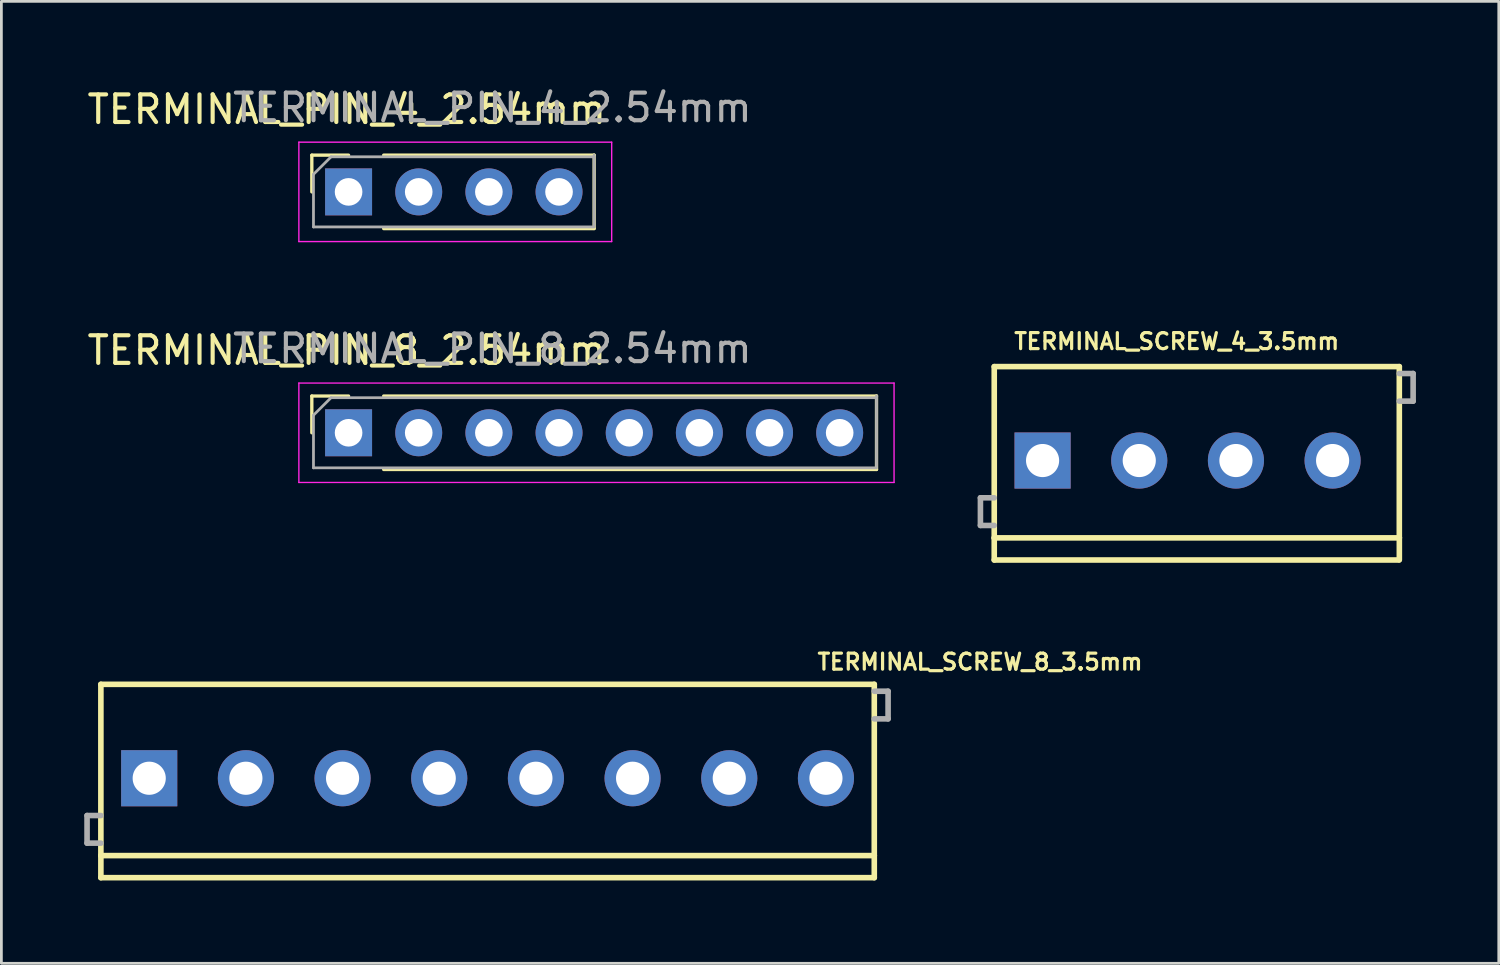
<source format=kicad_pcb>
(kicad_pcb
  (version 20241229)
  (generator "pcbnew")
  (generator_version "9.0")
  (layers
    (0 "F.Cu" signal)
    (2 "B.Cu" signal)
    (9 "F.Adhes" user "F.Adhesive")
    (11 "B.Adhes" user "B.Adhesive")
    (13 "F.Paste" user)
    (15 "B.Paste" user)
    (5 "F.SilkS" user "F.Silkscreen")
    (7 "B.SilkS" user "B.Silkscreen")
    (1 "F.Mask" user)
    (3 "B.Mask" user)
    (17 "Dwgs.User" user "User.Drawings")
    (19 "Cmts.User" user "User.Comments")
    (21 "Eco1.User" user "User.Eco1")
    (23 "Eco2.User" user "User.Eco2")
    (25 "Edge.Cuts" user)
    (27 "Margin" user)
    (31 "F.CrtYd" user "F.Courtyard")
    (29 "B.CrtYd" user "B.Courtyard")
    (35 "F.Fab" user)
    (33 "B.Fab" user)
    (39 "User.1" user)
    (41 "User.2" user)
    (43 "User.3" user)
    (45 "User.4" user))
  (footprint "TERMINAL_SCREW_8_3.5mm"
    (layer "F.Cu")
    (at 2.352 25.125)
    (property "Reference" "TERMINAL_SCREW_8_3.5mm" (at 24.13 -3.873 180) (layer "F.SilkS") (effects (font (size 0.579 0.579) (thickness 0.116)) (justify left bottom)))
    (attr through_hole)
    (fp_line (start -1.75 -3.4) (end 26.25 -3.4) (stroke (width 0.203) (type solid)) (layer "F.SilkS"))
    (fp_line (start -1.75 2.8) (end -1.75 -3.4) (stroke (width 0.203) (type solid)) (layer "F.SilkS"))
    (fp_line (start -1.75 3.6) (end -1.75 2.8) (stroke (width 0.203) (type solid)) (layer "F.SilkS"))
    (fp_line (start 26.25 -3.4) (end 26.25 2.8) (stroke (width 0.203) (type solid)) (layer "F.SilkS"))
    (fp_line (start 26.25 2.8) (end -1.75 2.8) (stroke (width 0.203) (type solid)) (layer "F.SilkS"))
    (fp_line (start 26.25 2.8) (end 26.25 3.6) (stroke (width 0.203) (type solid)) (layer "F.SilkS"))
    (fp_line (start 26.25 3.6) (end -1.75 3.6) (stroke (width 0.203) (type solid)) (layer "F.SilkS"))
    (fp_line (start -2.25 1.35) (end -2.25 2.35) (stroke (width 0.203) (type solid)) (layer "F.Fab"))
    (fp_line (start -2.25 2.35) (end -1.75 2.35) (stroke (width 0.203) (type solid)) (layer "F.Fab"))
    (fp_line (start -1.75 1.35) (end -2.25 1.35) (stroke (width 0.203) (type solid)) (layer "F.Fab"))
    (fp_line (start 26.25 -3.15) (end 26.75 -3.15) (stroke (width 0.203) (type solid)) (layer "F.Fab"))
    (fp_line (start 26.75 -3.15) (end 26.75 -2.15) (stroke (width 0.203) (type solid)) (layer "F.Fab"))
    (fp_line (start 26.75 -2.15) (end 26.25 -2.15) (stroke (width 0.203) (type solid)) (layer "F.Fab"))
    (fp_circle (center 0 0) (end 0.425 0) (stroke (width 0.001) (type solid)) (fill no) (layer "F.Fab"))
    (fp_circle (center 3.5 0) (end 3.925 0) (stroke (width 0.001) (type solid)) (fill no) (layer "F.Fab"))
    (fp_circle (center 7 0) (end 7.425 0) (stroke (width 0.001) (type solid)) (fill no) (layer "F.Fab"))
    (fp_circle (center 10.5 0) (end 10.925 0) (stroke (width 0.001) (type solid)) (fill no) (layer "F.Fab"))
    (fp_circle (center 14 0) (end 14.425 0) (stroke (width 0.001) (type solid)) (fill no) (layer "F.Fab"))
    (fp_circle (center 17.5 0) (end 17.925 0) (stroke (width 0.001) (type solid)) (fill no) (layer "F.Fab"))
    (fp_circle (center 21 0) (end 21.425 0) (stroke (width 0.001) (type solid)) (fill no) (layer "F.Fab"))
    (fp_circle (center 24.5 0) (end 24.925 0) (stroke (width 0.001) (type solid)) (fill no) (layer "F.Fab"))
    (pad "1" thru_hole rect (at 0 0) (size 2.032 2.032) (drill 1.2) (layers "*.Cu" "*.Mask"))
    (pad "2" thru_hole circle (at 3.5 0) (size 2.032 2.032) (drill 1.2) (layers "*.Cu" "*.Mask"))
    (pad "3" thru_hole circle (at 7 0) (size 2.032 2.032) (drill 1.2) (layers "*.Cu" "*.Mask"))
    (pad "4" thru_hole circle (at 10.5 0) (size 2.032 2.032) (drill 1.2) (layers "*.Cu" "*.Mask"))
    (pad "5" thru_hole circle (at 14 0) (size 2.032 2.032) (drill 1.2) (layers "*.Cu" "*.Mask"))
    (pad "6" thru_hole circle (at 17.5 0) (size 2.032 2.032) (drill 1.2) (layers "*.Cu" "*.Mask"))
    (pad "7" thru_hole circle (at 21 0) (size 2.032 2.032) (drill 1.2) (layers "*.Cu" "*.Mask"))
    (pad "8" thru_hole circle (at 24.5 0) (size 2.032 2.032) (drill 1.2) (layers "*.Cu" "*.Mask")))
  (footprint "TERMINAL_SCREW_4_3.5mm"
    (layer "F.Cu")
    (at 34.695 13.623)
    (property "Reference" "TERMINAL_SCREW_4_3.5mm" (at -1.092 -3.975 180) (layer "F.SilkS") (effects (font (size 0.579 0.579) (thickness 0.116)) (justify left bottom)))
    (attr through_hole)
    (fp_line (start -1.75 -3.4) (end 12.915 -3.4) (stroke (width 0.203) (type solid)) (layer "F.SilkS"))
    (fp_line (start -1.75 2.8) (end -1.75 -3.4) (stroke (width 0.203) (type solid)) (layer "F.SilkS"))
    (fp_line (start -1.75 3.6) (end -1.75 2.8) (stroke (width 0.203) (type solid)) (layer "F.SilkS"))
    (fp_line (start 12.903 3.6) (end -1.75 3.6) (stroke (width 0.203) (type solid)) (layer "F.SilkS"))
    (fp_line (start 12.915 -3.4) (end 12.915 2.8) (stroke (width 0.203) (type solid)) (layer "F.SilkS"))
    (fp_line (start 12.915 2.8) (end -1.75 2.8) (stroke (width 0.203) (type solid)) (layer "F.SilkS"))
    (fp_line (start 12.916 2.794) (end 12.916 3.594) (stroke (width 0.203) (type solid)) (layer "F.SilkS"))
    (fp_line (start -2.25 1.35) (end -2.25 2.35) (stroke (width 0.203) (type solid)) (layer "F.Fab"))
    (fp_line (start -2.25 2.35) (end -1.75 2.35) (stroke (width 0.203) (type solid)) (layer "F.Fab"))
    (fp_line (start -1.75 1.35) (end -2.25 1.35) (stroke (width 0.203) (type solid)) (layer "F.Fab"))
    (fp_line (start 12.915 -3.15) (end 13.415 -3.15) (stroke (width 0.203) (type solid)) (layer "F.Fab"))
    (fp_line (start 13.415 -3.15) (end 13.415 -2.15) (stroke (width 0.203) (type solid)) (layer "F.Fab"))
    (fp_line (start 13.415 -2.15) (end 12.915 -2.15) (stroke (width 0.203) (type solid)) (layer "F.Fab"))
    (fp_circle (center 0 0) (end 0.425 0) (stroke (width 0.001) (type solid)) (fill no) (layer "F.Fab"))
    (fp_circle (center 3.5 0) (end 3.925 0) (stroke (width 0.001) (type solid)) (fill no) (layer "F.Fab"))
    (fp_circle (center 7 0) (end 7.425 0) (stroke (width 0.001) (type solid)) (fill no) (layer "F.Fab"))
    (fp_circle (center 10.5 0) (end 10.925 0) (stroke (width 0.001) (type solid)) (fill no) (layer "F.Fab"))
    (pad "1" thru_hole rect (at 0 0) (size 2.032 2.032) (drill 1.2) (layers "*.Cu" "*.Mask"))
    (pad "2" thru_hole circle (at 3.5 0) (size 2.032 2.032) (drill 1.2) (layers "*.Cu" "*.Mask"))
    (pad "3" thru_hole circle (at 7 0) (size 2.032 2.032) (drill 1.2) (layers "*.Cu" "*.Mask"))
    (pad "4" thru_hole circle (at 10.5 0) (size 2.032 2.032) (drill 1.2) (layers "*.Cu" "*.Mask")))
  (footprint "TERMINAL_PIN_4_2.54mm"
    (layer "F.Cu")
    (at 10.776 3.833)
    (property "Reference" "TERMINAL_PIN_4_2.54mm" (at -1.27 -2.921 0) (layer "F.SilkS") (effects (font (size 1 1) (thickness 0.15))))
    (attr through_hole)
    (fp_line (start -2.537 -1.266) (end -2.537 0.064) (stroke (width 0.12) (type solid)) (layer "F.SilkS"))
    (fp_line (start -1.206 -1.266) (end -2.537 -1.266) (stroke (width 0.12) (type solid)) (layer "F.SilkS"))
    (fp_line (start 0.064 -1.266) (end 7.684 -1.266) (stroke (width 0.12) (type solid)) (layer "F.SilkS"))
    (fp_line (start 0.064 1.393) (end 7.684 1.393) (stroke (width 0.12) (type solid)) (layer "F.SilkS"))
    (fp_line (start 7.684 -1.27) (end 7.684 1.39) (stroke (width 0.12) (type solid)) (layer "F.SilkS"))
    (fp_line (start -3.006 -1.736) (end 8.319 -1.736) (stroke (width 0.05) (type solid)) (layer "F.CrtYd"))
    (fp_line (start -3.006 1.863) (end -3.006 -1.736) (stroke (width 0.05) (type solid)) (layer "F.CrtYd"))
    (fp_line (start 8.319 -1.736) (end 8.319 1.863) (stroke (width 0.05) (type solid)) (layer "F.CrtYd"))
    (fp_line (start 8.319 1.863) (end -3.006 1.863) (stroke (width 0.05) (type solid)) (layer "F.CrtYd"))
    (fp_line (start -2.477 -0.572) (end -2.477 1.333) (stroke (width 0.1) (type solid)) (layer "F.Fab"))
    (fp_line (start -2.477 1.333) (end 7.684 1.333) (stroke (width 0.1) (type solid)) (layer "F.Fab"))
    (fp_line (start -1.841 -1.206) (end -2.477 -0.572) (stroke (width 0.1) (type solid)) (layer "F.Fab"))
    (fp_line (start 7.684 -1.206) (end -1.841 -1.206) (stroke (width 0.1) (type solid)) (layer "F.Fab"))
    (fp_line (start 7.684 1.27) (end 7.684 -1.27) (stroke (width 0.1) (type solid)) (layer "F.Fab"))
    (fp_text user "${REFERENCE}" (at 4 -2.985 0) (layer "F.Fab") (effects (font (size 1 1) (thickness 0.15))))
    (pad "1" thru_hole rect (at -1.206 0.064 90) (size 1.7 1.7) (drill 1) (layers "*.Cu" "*.Mask"))
    (pad "2" thru_hole oval (at 1.333 0.064 90) (size 1.7 1.7) (drill 1) (layers "*.Cu" "*.Mask"))
    (pad "3" thru_hole oval (at 3.873 0.064 90) (size 1.7 1.7) (drill 1) (layers "*.Cu" "*.Mask"))
    (pad "4" thru_hole oval (at 6.413 0.064 90) (size 1.7 1.7) (drill 1) (layers "*.Cu" "*.Mask")))
  (footprint "TERMINAL_PIN_8_2.54mm"
    (layer "F.Cu")
    (at 10.776 12.554)
    (property "Reference" "TERMINAL_PIN_8_2.54mm" (at -1.27 -2.921 0) (layer "F.SilkS") (effects (font (size 1 1) (thickness 0.15))))
    (attr through_hole)
    (fp_line (start -2.537 -1.266) (end -2.537 0.064) (stroke (width 0.12) (type solid)) (layer "F.SilkS"))
    (fp_line (start -1.206 -1.266) (end -2.537 -1.266) (stroke (width 0.12) (type solid)) (layer "F.SilkS"))
    (fp_line (start 0.064 -1.266) (end 17.907 -1.266) (stroke (width 0.12) (type solid)) (layer "F.SilkS"))
    (fp_line (start 0.064 1.393) (end 17.907 1.393) (stroke (width 0.12) (type solid)) (layer "F.SilkS"))
    (fp_line (start 17.907 -1.27) (end 17.907 1.39) (stroke (width 0.12) (type solid)) (layer "F.SilkS"))
    (fp_line (start -3.006 -1.736) (end 18.542 -1.736) (stroke (width 0.05) (type solid)) (layer "F.CrtYd"))
    (fp_line (start -3.006 1.863) (end -3.006 -1.736) (stroke (width 0.05) (type solid)) (layer "F.CrtYd"))
    (fp_line (start 18.542 -1.736) (end 18.542 1.863) (stroke (width 0.05) (type solid)) (layer "F.CrtYd"))
    (fp_line (start 18.542 1.863) (end -3.006 1.863) (stroke (width 0.05) (type solid)) (layer "F.CrtYd"))
    (fp_line (start -2.477 -0.572) (end -2.477 1.333) (stroke (width 0.1) (type solid)) (layer "F.Fab"))
    (fp_line (start -2.477 1.333) (end 17.907 1.333) (stroke (width 0.1) (type solid)) (layer "F.Fab"))
    (fp_line (start -1.841 -1.206) (end -2.477 -0.572) (stroke (width 0.1) (type solid)) (layer "F.Fab"))
    (fp_line (start 17.907 -1.206) (end -1.841 -1.206) (stroke (width 0.1) (type solid)) (layer "F.Fab"))
    (fp_line (start 17.907 1.27) (end 17.907 -1.27) (stroke (width 0.1) (type solid)) (layer "F.Fab"))
    (fp_text user "${REFERENCE}" (at 4 -2.985 0) (layer "F.Fab") (effects (font (size 1 1) (thickness 0.15))))
    (pad "1" thru_hole rect (at -1.206 0.064 90) (size 1.7 1.7) (drill 1) (layers "*.Cu" "*.Mask"))
    (pad "2" thru_hole oval (at 1.333 0.064 90) (size 1.7 1.7) (drill 1) (layers "*.Cu" "*.Mask"))
    (pad "3" thru_hole oval (at 3.873 0.064 90) (size 1.7 1.7) (drill 1) (layers "*.Cu" "*.Mask"))
    (pad "4" thru_hole oval (at 6.413 0.064 90) (size 1.7 1.7) (drill 1) (layers "*.Cu" "*.Mask"))
    (pad "5" thru_hole oval (at 8.954 0.064 90) (size 1.7 1.7) (drill 1) (layers "*.Cu" "*.Mask"))
    (pad "6" thru_hole oval (at 11.493 0.064 90) (size 1.7 1.7) (drill 1) (layers "*.Cu" "*.Mask"))
    (pad "7" thru_hole oval (at 14.034 0.064 90) (size 1.7 1.7) (drill 1) (layers "*.Cu" "*.Mask"))
    (pad "8" thru_hole oval (at 16.573 0.064 90) (size 1.7 1.7) (drill 1) (layers "*.Cu" "*.Mask")))
  (gr_rect
    (start -3 -3)
    (end 51.211 31.826)
    (stroke (width 0.1) (type default))
    (fill no)
    (layer "Edge.Cuts")))
</source>
